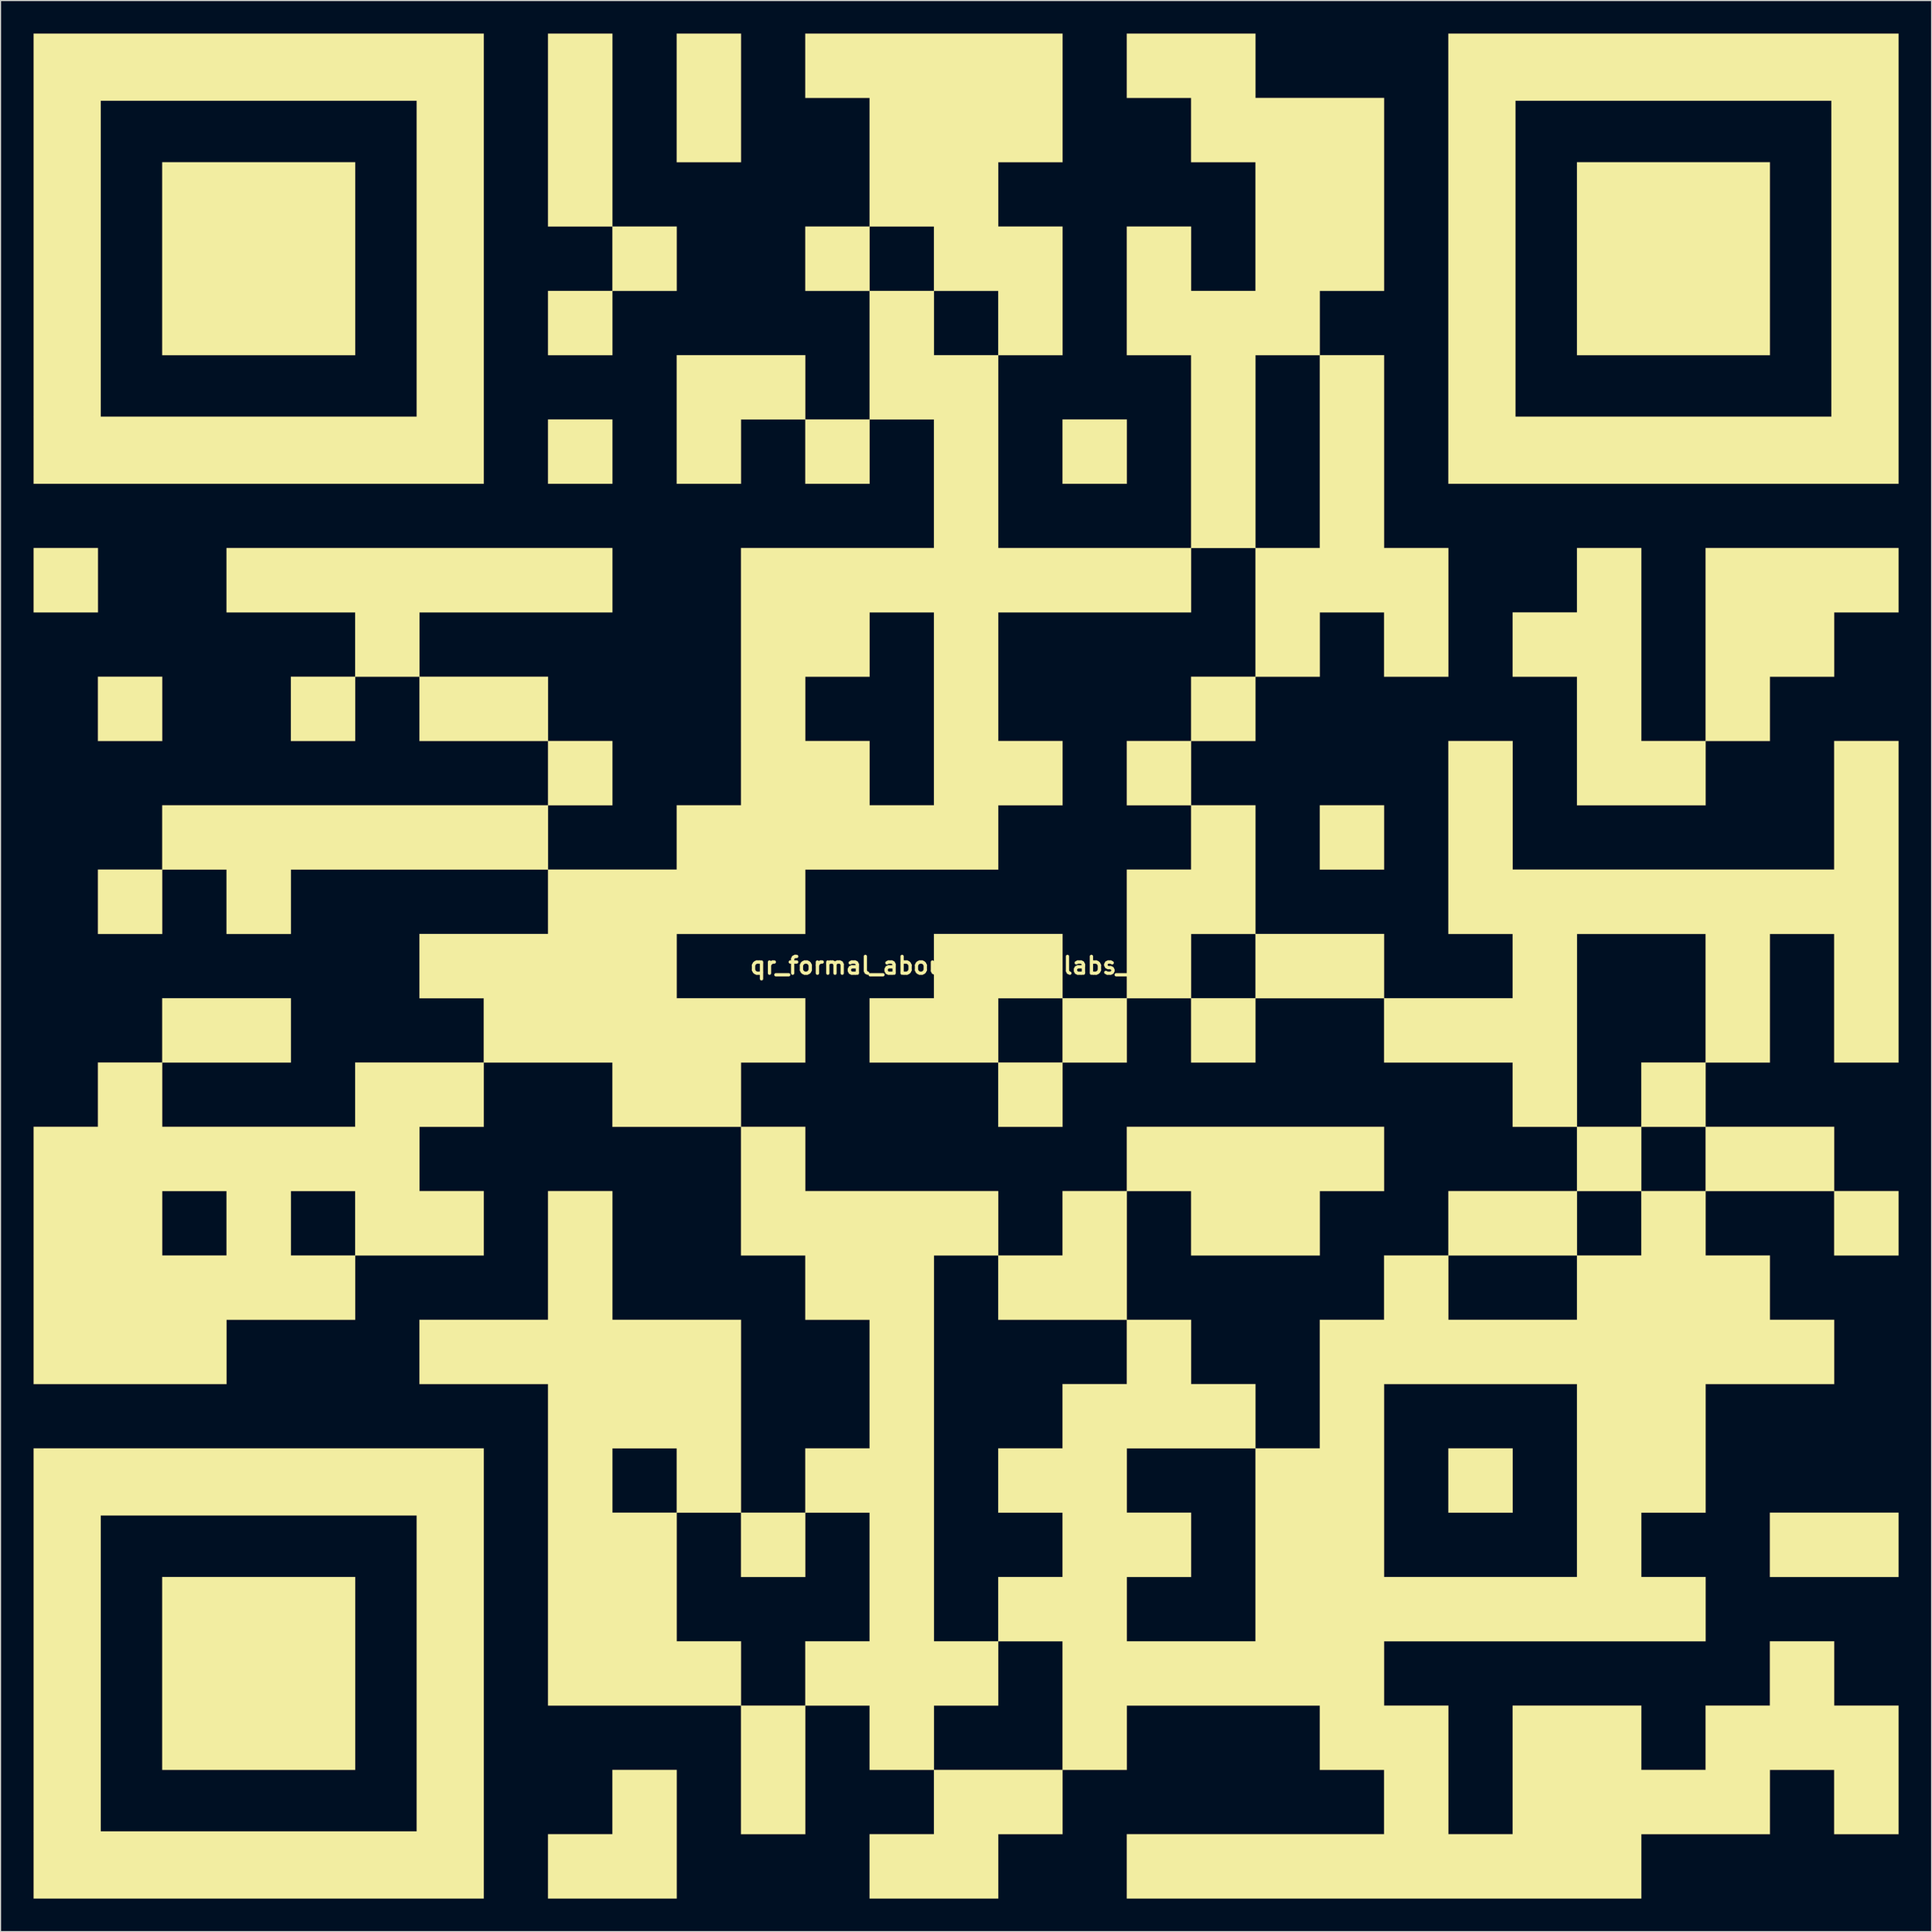
<source format=kicad_pcb>
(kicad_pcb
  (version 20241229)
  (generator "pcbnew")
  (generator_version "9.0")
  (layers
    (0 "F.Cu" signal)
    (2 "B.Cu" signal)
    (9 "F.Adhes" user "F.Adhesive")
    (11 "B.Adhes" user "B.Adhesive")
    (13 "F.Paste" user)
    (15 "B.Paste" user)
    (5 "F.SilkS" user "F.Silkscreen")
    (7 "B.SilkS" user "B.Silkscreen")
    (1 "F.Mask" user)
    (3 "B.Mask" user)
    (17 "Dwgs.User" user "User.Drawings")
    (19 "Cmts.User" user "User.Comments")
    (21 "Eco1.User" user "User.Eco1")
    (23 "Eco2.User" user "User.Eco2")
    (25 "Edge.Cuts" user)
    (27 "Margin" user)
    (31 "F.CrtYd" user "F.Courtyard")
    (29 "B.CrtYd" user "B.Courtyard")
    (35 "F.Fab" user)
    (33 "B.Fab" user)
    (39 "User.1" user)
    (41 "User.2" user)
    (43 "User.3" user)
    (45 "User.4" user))
  (footprint "qr_formal_aboutme_louislabs_com"
    (layer "F.Cu")
    (at 84.672 84.672)
    (property "Reference" "qr_formal_aboutme_louislabs_com" (at 0 0 0) (layer "F.SilkS") (effects (font (size 1.524 1.524) (thickness 0.3))))
    (attr through_hole)
    (fp_poly (pts (xy -78.825 -32.089) (xy -84.667 -32.089) (xy -84.667 -37.931) (xy -78.825 -37.931) (xy -78.825 -32.089)) (stroke (width 0.01) (type solid)) (fill yes) (layer "F.SilkS"))
    (fp_poly (pts (xy -72.983 -20.405) (xy -78.825 -20.405) (xy -78.825 -26.247) (xy -72.983 -26.247) (xy -72.983 -20.405)) (stroke (width 0.01) (type solid)) (fill yes) (layer "F.SilkS"))
    (fp_poly (pts (xy -72.983 -2.879) (xy -78.825 -2.879) (xy -78.825 -8.721) (xy -72.983 -8.721) (xy -72.983 -2.879)) (stroke (width 0.01) (type solid)) (fill yes) (layer "F.SilkS"))
    (fp_poly (pts (xy -72.983 2.963) (xy -61.299 2.963) (xy -61.299 8.805) (xy -72.983 8.805) (xy -72.983 2.963)) (stroke (width 0.01) (type solid)) (fill yes) (layer "F.SilkS"))
    (fp_poly (pts (xy -55.457 -55.457) (xy -72.983 -55.457) (xy -72.983 -72.983) (xy -55.457 -72.983) (xy -55.457 -55.457)) (stroke (width 0.01) (type solid)) (fill yes) (layer "F.SilkS"))
    (fp_poly (pts (xy -55.457 -20.405) (xy -61.299 -20.405) (xy -61.299 -26.247) (xy -55.457 -26.247) (xy -55.457 -20.405)) (stroke (width 0.01) (type solid)) (fill yes) (layer "F.SilkS"))
    (fp_poly (pts (xy -55.457 73.067) (xy -72.983 73.067) (xy -72.983 55.541) (xy -55.457 55.541) (xy -55.457 73.067)) (stroke (width 0.01) (type solid)) (fill yes) (layer "F.SilkS"))
    (fp_poly (pts (xy -49.615 -20.405) (xy -49.615 -26.247) (xy -37.931 -26.247) (xy -37.931 -20.405) (xy -49.615 -20.405)) (stroke (width 0.01) (type solid)) (fill yes) (layer "F.SilkS"))
    (fp_poly (pts (xy -37.931 -67.141) (xy -37.931 -84.667) (xy -32.089 -84.667) (xy -32.089 -67.141) (xy -37.931 -67.141)) (stroke (width 0.01) (type solid)) (fill yes) (layer "F.SilkS"))
    (fp_poly (pts (xy -32.089 -67.141) (xy -26.247 -67.141) (xy -26.247 -61.299) (xy -32.089 -61.299) (xy -32.089 -67.141)) (stroke (width 0.01) (type solid)) (fill yes) (layer "F.SilkS"))
    (fp_poly (pts (xy -32.089 -55.457) (xy -37.931 -55.457) (xy -37.931 -61.299) (xy -32.089 -61.299) (xy -32.089 -55.457)) (stroke (width 0.01) (type solid)) (fill yes) (layer "F.SilkS"))
    (fp_poly (pts (xy -32.089 -43.773) (xy -37.931 -43.773) (xy -37.931 -49.615) (xy -32.089 -49.615) (xy -32.089 -43.773)) (stroke (width 0.01) (type solid)) (fill yes) (layer "F.SilkS"))
    (fp_poly (pts (xy -32.089 -20.405) (xy -32.089 -14.563) (xy -37.931 -14.563) (xy -37.931 -20.405) (xy -32.089 -20.405)) (stroke (width 0.01) (type solid)) (fill yes) (layer "F.SilkS"))
    (fp_poly (pts (xy -20.405 -72.983) (xy -26.247 -72.983) (xy -26.247 -84.667) (xy -20.405 -84.667) (xy -20.405 -72.983)) (stroke (width 0.01) (type solid)) (fill yes) (layer "F.SilkS"))
    (fp_poly (pts (xy -8.721 -49.615) (xy -8.721 -43.773) (xy -14.563 -43.773) (xy -14.563 -49.615) (xy -8.721 -49.615)) (stroke (width 0.01) (type solid)) (fill yes) (layer "F.SilkS"))
    (fp_poly (pts (xy 8.805 2.963) (xy 14.647 2.963) (xy 14.647 8.805) (xy 8.805 8.805) (xy 8.805 2.963)) (stroke (width 0.01) (type solid)) (fill yes) (layer "F.SilkS"))
    (fp_poly (pts (xy 8.805 14.647) (xy 2.963 14.647) (xy 2.963 8.805) (xy 8.805 8.805) (xy 8.805 14.647)) (stroke (width 0.01) (type solid)) (fill yes) (layer "F.SilkS"))
    (fp_poly (pts (xy 14.647 -43.773) (xy 8.805 -43.773) (xy 8.805 -49.615) (xy 14.647 -49.615) (xy 14.647 -43.773)) (stroke (width 0.01) (type solid)) (fill yes) (layer "F.SilkS"))
    (fp_poly (pts (xy 14.647 -14.563) (xy 14.647 -20.405) (xy 20.489 -20.405) (xy 20.489 -14.563) (xy 14.647 -14.563)) (stroke (width 0.01) (type solid)) (fill yes) (layer "F.SilkS"))
    (fp_poly (pts (xy 20.489 -26.247) (xy 26.331 -26.247) (xy 26.331 -20.405) (xy 20.489 -20.405) (xy 20.489 -26.247)) (stroke (width 0.01) (type solid)) (fill yes) (layer "F.SilkS"))
    (fp_poly (pts (xy 26.331 2.963) (xy 26.331 -2.879) (xy 38.015 -2.879) (xy 38.015 2.963) (xy 26.331 2.963)) (stroke (width 0.01) (type solid)) (fill yes) (layer "F.SilkS"))
    (fp_poly (pts (xy 26.331 8.805) (xy 20.489 8.805) (xy 20.489 2.963) (xy 26.331 2.963) (xy 26.331 8.805)) (stroke (width 0.01) (type solid)) (fill yes) (layer "F.SilkS"))
    (fp_poly (pts (xy 38.015 -8.721) (xy 32.173 -8.721) (xy 32.173 -14.563) (xy 38.015 -14.563) (xy 38.015 -8.721)) (stroke (width 0.01) (type solid)) (fill yes) (layer "F.SilkS"))
    (fp_poly (pts (xy 49.699 49.699) (xy 43.857 49.699) (xy 43.857 43.857) (xy 49.699 43.857) (xy 49.699 49.699)) (stroke (width 0.01) (type solid)) (fill yes) (layer "F.SilkS"))
    (fp_poly (pts (xy 55.541 14.647) (xy 61.383 14.647) (xy 61.383 20.489) (xy 55.541 20.489) (xy 55.541 14.647)) (stroke (width 0.01) (type solid)) (fill yes) (layer "F.SilkS"))
    (fp_poly (pts (xy 55.541 26.331) (xy 43.857 26.331) (xy 43.857 20.489) (xy 55.541 20.489) (xy 55.541 26.331)) (stroke (width 0.01) (type solid)) (fill yes) (layer "F.SilkS"))
    (fp_poly (pts (xy 67.225 14.647) (xy 61.383 14.647) (xy 61.383 8.805) (xy 67.225 8.805) (xy 67.225 14.647)) (stroke (width 0.01) (type solid)) (fill yes) (layer "F.SilkS"))
    (fp_poly (pts (xy 73.067 -55.457) (xy 55.541 -55.457) (xy 55.541 -72.983) (xy 73.067 -72.983) (xy 73.067 -55.457)) (stroke (width 0.01) (type solid)) (fill yes) (layer "F.SilkS"))
    (fp_poly (pts (xy 78.909 14.647) (xy 78.909 20.489) (xy 67.225 20.489) (xy 67.225 14.647) (xy 78.909 14.647)) (stroke (width 0.01) (type solid)) (fill yes) (layer "F.SilkS"))
    (fp_poly (pts (xy 84.751 26.331) (xy 78.909 26.331) (xy 78.909 20.489) (xy 84.751 20.489) (xy 84.751 26.331)) (stroke (width 0.01) (type solid)) (fill yes) (layer "F.SilkS"))
    (fp_poly (pts (xy 84.751 55.541) (xy 73.067 55.541) (xy 73.067 49.699) (xy 84.751 49.699) (xy 84.751 55.541)) (stroke (width 0.01) (type solid)) (fill yes) (layer "F.SilkS"))
    (fp_poly (pts (xy -26.247 84.751) (xy -37.931 84.751) (xy -37.931 78.909) (xy -32.089 78.909) (xy -32.089 73.067) (xy -26.247 73.067) (xy -26.247 84.751)) (stroke (width 0.01) (type solid)) (fill yes) (layer "F.SilkS"))
    (fp_poly (pts (xy -20.405 -49.615) (xy -20.405 -43.773) (xy -26.247 -43.773) (xy -26.247 -55.457) (xy -14.563 -55.457) (xy -14.563 -49.615) (xy -20.405 -49.615)) (stroke (width 0.01) (type solid)) (fill yes) (layer "F.SilkS"))
    (fp_poly (pts (xy 14.647 32.173) (xy 2.963 32.173) (xy 2.963 26.331) (xy 8.805 26.331) (xy 8.805 20.489) (xy 14.647 20.489) (xy 14.647 32.173)) (stroke (width 0.01) (type solid)) (fill yes) (layer "F.SilkS"))
    (fp_poly (pts (xy -72.983 -14.563) (xy -37.931 -14.563) (xy -37.931 -8.721) (xy -61.299 -8.721) (xy -61.299 -2.879) (xy -67.141 -2.879) (xy -67.141 -8.721) (xy -72.983 -8.721) (xy -72.983 -14.563)) (stroke (width 0.01) (type solid)) (fill yes) (layer "F.SilkS"))
    (fp_poly (pts (xy -55.457 -32.089) (xy -67.141 -32.089) (xy -67.141 -37.931) (xy -32.089 -37.931) (xy -32.089 -32.089) (xy -49.615 -32.089) (xy -49.615 -26.247) (xy -55.457 -26.247) (xy -55.457 -32.089)) (stroke (width 0.01) (type solid)) (fill yes) (layer "F.SilkS"))
    (fp_poly (pts (xy -8.721 8.805) (xy -8.721 2.963) (xy -2.879 2.963) (xy -2.879 -2.879) (xy 8.805 -2.879) (xy 8.805 2.963) (xy 2.963 2.963) (xy 2.963 8.805) (xy -8.721 8.805)) (stroke (width 0.01) (type solid)) (fill yes) (layer "F.SilkS"))
    (fp_poly (pts (xy 8.805 78.909) (xy 2.963 78.909) (xy 2.963 84.751) (xy -8.721 84.751) (xy -8.721 78.909) (xy -2.879 78.909) (xy -2.879 73.067) (xy 8.805 73.067) (xy 8.805 78.909)) (stroke (width 0.01) (type solid)) (fill yes) (layer "F.SilkS"))
    (fp_poly (pts (xy 14.647 14.647) (xy 38.015 14.647) (xy 38.015 20.489) (xy 32.173 20.489) (xy 32.173 26.331) (xy 20.489 26.331) (xy 20.489 20.489) (xy 14.647 20.489) (xy 14.647 14.647)) (stroke (width 0.01) (type solid)) (fill yes) (layer "F.SilkS"))
    (fp_poly (pts (xy 26.331 -14.563) (xy 26.331 -2.879) (xy 20.489 -2.879) (xy 20.489 2.963) (xy 14.647 2.963) (xy 14.647 -8.721) (xy 20.489 -8.721) (xy 20.489 -14.563) (xy 26.331 -14.563)) (stroke (width 0.01) (type solid)) (fill yes) (layer "F.SilkS"))
    (fp_poly (pts (xy 67.225 -37.931) (xy 84.751 -37.931) (xy 84.751 -32.089) (xy 78.909 -32.089) (xy 78.909 -26.247) (xy 73.067 -26.247) (xy 73.067 -20.405) (xy 67.225 -20.405) (xy 67.225 -37.931)) (stroke (width 0.01) (type solid)) (fill yes) (layer "F.SilkS"))
    (fp_poly (pts (xy 67.225 -14.563) (xy 55.541 -14.563) (xy 55.541 -26.247) (xy 49.699 -26.247) (xy 49.699 -32.089) (xy 55.541 -32.089) (xy 55.541 -37.931) (xy 61.383 -37.931) (xy 61.383 -20.405) (xy 67.225 -20.405) (xy 67.225 -14.563)) (stroke (width 0.01) (type solid)) (fill yes) (layer "F.SilkS"))
    (fp_poly (pts (xy -43.773 -43.773) (xy -84.667 -43.773) (xy -84.667 -78.571) (xy -78.571 -78.571) (xy -78.571 -49.869) (xy -49.869 -49.869) (xy -49.869 -78.571) (xy -78.571 -78.571) (xy -84.667 -78.571) (xy -84.667 -84.667) (xy -43.773 -84.667) (xy -43.773 -43.773)) (stroke (width 0.01) (type solid)) (fill yes) (layer "F.SilkS"))
    (fp_poly (pts (xy -43.773 84.751) (xy -84.667 84.751) (xy -84.667 49.953) (xy -78.571 49.953) (xy -78.571 78.655) (xy -49.869 78.655) (xy -49.869 49.953) (xy -78.571 49.953) (xy -84.667 49.953) (xy -84.667 43.857) (xy -43.773 43.857) (xy -43.773 84.751)) (stroke (width 0.01) (type solid)) (fill yes) (layer "F.SilkS"))
    (fp_poly (pts (xy 84.751 -43.773) (xy 43.857 -43.773) (xy 43.857 -78.571) (xy 49.953 -78.571) (xy 49.953 -49.869) (xy 78.655 -49.869) (xy 78.655 -78.571) (xy 49.953 -78.571) (xy 43.857 -78.571) (xy 43.857 -84.667) (xy 84.751 -84.667) (xy 84.751 -43.773)) (stroke (width 0.01) (type solid)) (fill yes) (layer "F.SilkS"))
    (fp_poly (pts (xy 26.331 -37.931) (xy 32.173 -37.931) (xy 32.173 -55.457) (xy 38.015 -55.457) (xy 38.015 -37.931) (xy 43.857 -37.931) (xy 43.857 -26.247) (xy 38.015 -26.247) (xy 38.015 -32.089) (xy 32.173 -32.089) (xy 32.173 -26.247) (xy 26.331 -26.247) (xy 26.331 -37.931)) (stroke (width 0.01) (type solid)) (fill yes) (layer "F.SilkS"))
    (fp_poly (pts (xy 20.489 -55.457) (xy 14.647 -55.457) (xy 14.647 -67.141) (xy 20.489 -67.141) (xy 20.489 -61.299) (xy 26.331 -61.299) (xy 26.331 -72.983) (xy 20.489 -72.983) (xy 20.489 -78.825) (xy 14.647 -78.825) (xy 14.647 -84.667) (xy 26.331 -84.667) (xy 26.331 -78.825) (xy 38.015 -78.825) (xy 38.015 -61.299) (xy 32.173 -61.299) (xy 32.173 -55.457) (xy 26.331 -55.457) (xy 26.331 -37.931) (xy 20.489 -37.931) (xy 20.489 -55.457)) (stroke (width 0.01) (type solid)) (fill yes) (layer "F.SilkS"))
    (fp_poly (pts (xy 49.699 2.963) (xy 49.699 -2.879) (xy 43.857 -2.879) (xy 43.857 -20.405) (xy 49.699 -20.405) (xy 49.699 -8.721) (xy 78.909 -8.721) (xy 78.909 -20.405) (xy 84.751 -20.405) (xy 84.751 8.805) (xy 78.909 8.805) (xy 78.909 -2.879) (xy 73.067 -2.879) (xy 73.067 8.805) (xy 67.225 8.805) (xy 67.225 -2.879) (xy 55.541 -2.879) (xy 55.541 14.647) (xy 49.699 14.647) (xy 49.699 8.805) (xy 38.015 8.805) (xy 38.015 2.963) (xy 49.699 2.963)) (stroke (width 0.01) (type solid)) (fill yes) (layer "F.SilkS"))
    (fp_poly (pts (xy -72.983 14.647) (xy -55.457 14.647) (xy -55.457 8.805) (xy -43.773 8.805) (xy -43.773 14.647) (xy -49.615 14.647) (xy -49.615 20.489) (xy -43.773 20.489) (xy -43.773 26.331) (xy -55.457 26.331) (xy -55.457 32.173) (xy -67.141 32.173) (xy -67.141 38.015) (xy -84.667 38.015) (xy -84.667 20.489) (xy -72.983 20.489) (xy -72.983 26.331) (xy -67.141 26.331) (xy -67.141 20.489) (xy -61.299 20.489) (xy -61.299 26.331) (xy -55.457 26.331) (xy -55.457 20.489) (xy -61.299 20.489) (xy -67.141 20.489) (xy -72.983 20.489) (xy -84.667 20.489) (xy -84.667 14.647) (xy -78.825 14.647) (xy -78.825 8.805) (xy -72.983 8.805) (xy -72.983 14.647)) (stroke (width 0.01) (type solid)) (fill yes) (layer "F.SilkS"))
    (fp_poly (pts (xy -8.721 73.067) (xy -8.721 67.225) (xy -14.563 67.225) (xy -14.563 78.909) (xy -20.405 78.909) (xy -20.405 67.225) (xy -37.931 67.225) (xy -37.931 61.383) (xy -26.247 61.383) (xy -20.405 61.383) (xy -20.405 67.225) (xy -14.563 67.225) (xy -14.563 61.383) (xy -8.721 61.383) (xy -8.721 49.699) (xy -14.563 49.699) (xy -14.563 55.541) (xy -20.405 55.541) (xy -20.405 49.699) (xy -26.247 49.699) (xy -26.247 61.383) (xy -37.931 61.383) (xy -37.931 43.857) (xy -32.089 43.857) (xy -32.089 49.699) (xy -26.247 49.699) (xy -26.247 43.857) (xy -32.089 43.857) (xy -37.931 43.857) (xy -37.931 38.015) (xy -49.615 38.015) (xy -49.615 32.173) (xy -37.931 32.173) (xy -37.931 20.489) (xy -32.089 20.489) (xy -32.089 32.173) (xy -20.405 32.173) (xy -20.405 49.699) (xy -14.563 49.699) (xy -14.563 43.857) (xy -8.721 43.857) (xy -8.721 32.173) (xy -14.563 32.173) (xy -14.563 26.331) (xy -20.405 26.331) (xy -20.405 14.647) (xy -14.563 14.647) (xy -14.563 20.489) (xy 2.963 20.489) (xy 2.963 26.331) (xy -2.879 26.331) (xy -2.879 61.383) (xy 2.963 61.383) (xy 2.963 67.225) (xy -2.879 67.225) (xy -2.879 73.067) (xy -8.721 73.067)) (stroke (width 0.01) (type solid)) (fill yes) (layer "F.SilkS"))
    (fp_poly (pts (xy 20.489 -32.089) (xy 2.963 -32.089) (xy 2.963 -20.405) (xy 8.805 -20.405) (xy 8.805 -14.563) (xy 2.963 -14.563) (xy 2.963 -8.721) (xy -14.563 -8.721) (xy -14.563 -2.879) (xy -26.247 -2.879) (xy -26.247 2.963) (xy -14.563 2.963) (xy -14.563 8.805) (xy -20.405 8.805) (xy -20.405 14.647) (xy -32.089 14.647) (xy -32.089 8.805) (xy -43.773 8.805) (xy -43.773 2.963) (xy -49.615 2.963) (xy -49.615 -2.879) (xy -37.931 -2.879) (xy -37.931 -8.721) (xy -26.247 -8.721) (xy -26.247 -14.563) (xy -20.405 -14.563) (xy -20.405 -26.247) (xy -14.563 -26.247) (xy -14.563 -20.405) (xy -8.721 -20.405) (xy -8.721 -14.563) (xy -2.879 -14.563) (xy -2.879 -32.089) (xy -8.721 -32.089) (xy -8.721 -26.247) (xy -14.563 -26.247) (xy -20.405 -26.247) (xy -20.405 -37.931) (xy -2.879 -37.931) (xy -2.879 -49.615) (xy -8.721 -49.615) (xy -8.721 -55.457) (xy -2.879 -55.457) (xy 2.963 -55.457) (xy 2.963 -61.299) (xy -2.879 -61.299) (xy -2.879 -55.457) (xy -8.721 -55.457) (xy -8.721 -61.299) (xy -14.563 -61.299) (xy -14.563 -67.141) (xy -8.721 -67.141) (xy -8.721 -61.299) (xy -2.879 -61.299) (xy -2.879 -67.141) (xy -8.721 -67.141) (xy -8.721 -78.825) (xy -14.563 -78.825) (xy -14.563 -84.667) (xy 8.805 -84.667) (xy 8.805 -72.983) (xy 2.963 -72.983) (xy 2.963 -67.141) (xy 8.805 -67.141) (xy 8.805 -55.457) (xy 2.963 -55.457) (xy 2.963 -37.931) (xy 20.489 -37.931) (xy 20.489 -32.089)) (stroke (width 0.01) (type solid)) (fill yes) (layer "F.SilkS"))
    (fp_poly (pts (xy 32.173 43.857) (xy 32.173 38.015) (xy 38.015 38.015) (xy 38.015 55.541) (xy 55.541 55.541) (xy 55.541 38.015) (xy 38.015 38.015) (xy 32.173 38.015) (xy 32.173 32.173) (xy 38.015 32.173) (xy 38.015 26.331) (xy 43.857 26.331) (xy 43.857 32.173) (xy 55.541 32.173) (xy 55.541 26.331) (xy 61.383 26.331) (xy 61.383 20.489) (xy 67.225 20.489) (xy 67.225 26.331) (xy 73.067 26.331) (xy 73.067 32.173) (xy 78.909 32.173) (xy 78.909 38.015) (xy 67.225 38.015) (xy 67.225 49.699) (xy 61.383 49.699) (xy 61.383 55.541) (xy 67.225 55.541) (xy 67.225 61.383) (xy 38.015 61.383) (xy 38.015 67.225) (xy 43.857 67.225) (xy 43.857 78.909) (xy 49.699 78.909) (xy 49.699 67.225) (xy 61.383 67.225) (xy 61.383 73.067) (xy 67.225 73.067) (xy 67.225 67.225) (xy 73.067 67.225) (xy 73.067 61.383) (xy 78.909 61.383) (xy 78.909 67.225) (xy 84.751 67.225) (xy 84.751 78.909) (xy 78.909 78.909) (xy 78.909 73.067) (xy 73.067 73.067) (xy 73.067 78.909) (xy 61.383 78.909) (xy 61.383 84.751) (xy 14.647 84.751) (xy 14.647 78.909) (xy 38.015 78.909) (xy 38.015 73.067) (xy 32.173 73.067) (xy 32.173 67.225) (xy 14.647 67.225) (xy 14.647 73.067) (xy 8.805 73.067) (xy 8.805 61.383) (xy 2.963 61.383) (xy 2.963 55.541) (xy 8.805 55.541) (xy 8.805 49.699) (xy 2.963 49.699) (xy 2.963 43.857) (xy 8.805 43.857) (xy 14.647 43.857) (xy 14.647 49.699) (xy 20.489 49.699) (xy 20.489 55.541) (xy 14.647 55.541) (xy 14.647 61.383) (xy 26.331 61.383) (xy 26.331 43.857) (xy 14.647 43.857) (xy 8.805 43.857) (xy 8.805 38.015) (xy 14.647 38.015) (xy 14.647 32.173) (xy 20.489 32.173) (xy 20.489 38.015) (xy 26.331 38.015) (xy 26.331 43.857) (xy 32.173 43.857)) (stroke (width 0.01) (type solid)) (fill yes) (layer "F.SilkS")))
  (gr_rect
    (start -3 -3)
    (end 172.428 172.428)
    (stroke (width 0.1) (type default))
    (fill no)
    (layer "Edge.Cuts")))
</source>
